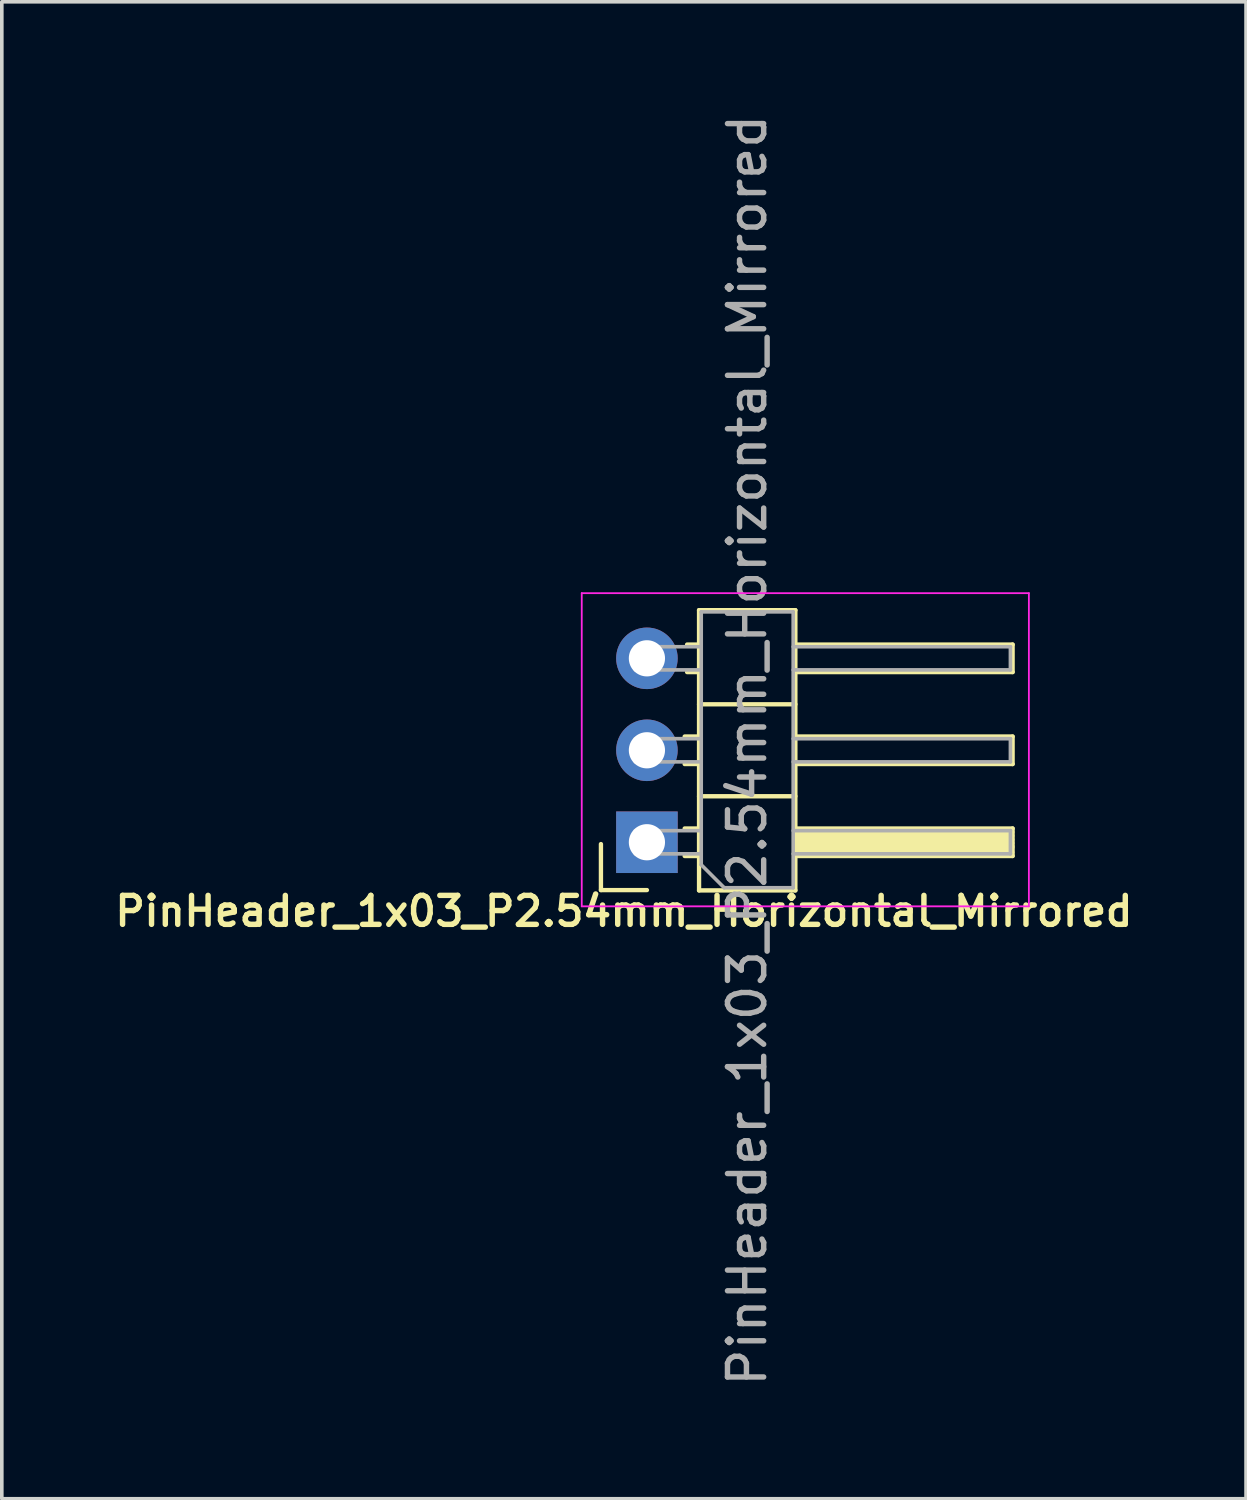
<source format=kicad_pcb>
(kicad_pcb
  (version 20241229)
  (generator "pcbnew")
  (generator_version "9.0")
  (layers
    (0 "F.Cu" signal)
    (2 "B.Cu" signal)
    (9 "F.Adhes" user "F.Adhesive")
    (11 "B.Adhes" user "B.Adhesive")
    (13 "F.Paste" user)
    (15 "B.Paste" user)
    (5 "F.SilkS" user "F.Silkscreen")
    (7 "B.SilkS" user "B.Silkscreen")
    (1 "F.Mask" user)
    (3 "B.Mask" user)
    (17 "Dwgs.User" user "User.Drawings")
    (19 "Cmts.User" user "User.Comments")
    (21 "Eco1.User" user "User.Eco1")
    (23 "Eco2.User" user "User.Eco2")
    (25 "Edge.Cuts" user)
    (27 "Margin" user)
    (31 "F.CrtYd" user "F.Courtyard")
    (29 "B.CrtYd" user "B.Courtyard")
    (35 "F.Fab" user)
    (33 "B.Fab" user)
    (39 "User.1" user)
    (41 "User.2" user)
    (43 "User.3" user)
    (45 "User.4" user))
  (footprint "PinHeader_1x03_P2.54mm_Horizontal_Mirrored"
    (layer "F.Cu")
    (at 14.818 15.133)
    (property "Reference" "PinHeader_1x03_P2.54mm_Horizontal_Mirrored" (at -0.635 6.985 0) (layer "F.SilkS") (effects (font (size 0.8 0.8) (thickness 0.15))))
    (attr through_hole)
    (fp_line (start -1.27 6.401) (end -1.27 5.131) (stroke (width 0.12) (type solid)) (layer "F.SilkS"))
    (fp_line (start -1.27 6.401) (end 0 6.401) (stroke (width 0.12) (type solid)) (layer "F.SilkS"))
    (fp_line (start 1.043 2.16) (end 1.44 2.16) (stroke (width 0.12) (type solid)) (layer "F.SilkS"))
    (fp_line (start 1.043 2.92) (end 1.44 2.92) (stroke (width 0.12) (type solid)) (layer "F.SilkS"))
    (fp_line (start 1.043 4.7) (end 1.44 4.7) (stroke (width 0.12) (type solid)) (layer "F.SilkS"))
    (fp_line (start 1.043 5.46) (end 1.44 5.46) (stroke (width 0.12) (type solid)) (layer "F.SilkS"))
    (fp_line (start 1.11 -0.38) (end 1.44 -0.38) (stroke (width 0.12) (type solid)) (layer "F.SilkS"))
    (fp_line (start 1.11 0.38) (end 1.44 0.38) (stroke (width 0.12) (type solid)) (layer "F.SilkS"))
    (fp_line (start 1.44 -1.33) (end 1.44 6.41) (stroke (width 0.12) (type solid)) (layer "F.SilkS"))
    (fp_line (start 1.44 1.27) (end 4.1 1.27) (stroke (width 0.12) (type solid)) (layer "F.SilkS"))
    (fp_line (start 1.44 3.81) (end 4.1 3.81) (stroke (width 0.12) (type solid)) (layer "F.SilkS"))
    (fp_line (start 1.44 6.41) (end 4.1 6.41) (stroke (width 0.12) (type solid)) (layer "F.SilkS"))
    (fp_line (start 4.1 -1.33) (end 1.44 -1.33) (stroke (width 0.12) (type solid)) (layer "F.SilkS"))
    (fp_line (start 4.1 -0.38) (end 10.1 -0.38) (stroke (width 0.12) (type solid)) (layer "F.SilkS"))
    (fp_line (start 4.1 2.16) (end 10.1 2.16) (stroke (width 0.12) (type solid)) (layer "F.SilkS"))
    (fp_line (start 4.1 4.7) (end 10.1 4.7) (stroke (width 0.12) (type solid)) (layer "F.SilkS"))
    (fp_line (start 4.1 6.41) (end 4.1 -1.33) (stroke (width 0.12) (type solid)) (layer "F.SilkS"))
    (fp_line (start 4.115 4.801) (end 10.089 4.801) (stroke (width 0.12) (type solid)) (layer "F.SilkS"))
    (fp_line (start 4.115 4.902) (end 10.089 4.902) (stroke (width 0.12) (type solid)) (layer "F.SilkS"))
    (fp_line (start 4.115 5.004) (end 10.089 5.004) (stroke (width 0.12) (type solid)) (layer "F.SilkS"))
    (fp_line (start 4.115 5.105) (end 10.089 5.105) (stroke (width 0.12) (type solid)) (layer "F.SilkS"))
    (fp_line (start 4.115 5.359) (end 10.089 5.359) (stroke (width 0.12) (type solid)) (layer "F.SilkS"))
    (fp_line (start 4.166 5.207) (end 10.033 5.207) (stroke (width 0.24) (type solid)) (layer "F.SilkS"))
    (fp_line (start 10.1 -0.38) (end 10.1 0.38) (stroke (width 0.12) (type solid)) (layer "F.SilkS"))
    (fp_line (start 10.1 0.38) (end 4.1 0.38) (stroke (width 0.12) (type solid)) (layer "F.SilkS"))
    (fp_line (start 10.1 2.16) (end 10.1 2.92) (stroke (width 0.12) (type solid)) (layer "F.SilkS"))
    (fp_line (start 10.1 2.92) (end 4.1 2.92) (stroke (width 0.12) (type solid)) (layer "F.SilkS"))
    (fp_line (start 10.1 4.7) (end 10.1 5.46) (stroke (width 0.12) (type solid)) (layer "F.SilkS"))
    (fp_line (start 10.1 5.46) (end 4.1 5.46) (stroke (width 0.12) (type solid)) (layer "F.SilkS"))
    (fp_line (start -1.8 -1.8) (end -1.8 6.85) (stroke (width 0.05) (type solid)) (layer "F.CrtYd"))
    (fp_line (start -1.8 6.85) (end 10.55 6.85) (stroke (width 0.05) (type solid)) (layer "F.CrtYd"))
    (fp_line (start 10.55 -1.8) (end -1.8 -1.8) (stroke (width 0.05) (type solid)) (layer "F.CrtYd"))
    (fp_line (start 10.55 6.85) (end 10.55 -1.8) (stroke (width 0.05) (type solid)) (layer "F.CrtYd"))
    (fp_line (start -0.32 -0.32) (end -0.32 0.32) (stroke (width 0.1) (type solid)) (layer "F.Fab"))
    (fp_line (start -0.32 -0.32) (end 1.5 -0.32) (stroke (width 0.1) (type solid)) (layer "F.Fab"))
    (fp_line (start -0.32 0.32) (end 1.5 0.32) (stroke (width 0.1) (type solid)) (layer "F.Fab"))
    (fp_line (start -0.32 2.22) (end -0.32 2.86) (stroke (width 0.1) (type solid)) (layer "F.Fab"))
    (fp_line (start -0.32 2.22) (end 1.5 2.22) (stroke (width 0.1) (type solid)) (layer "F.Fab"))
    (fp_line (start -0.32 2.86) (end 1.5 2.86) (stroke (width 0.1) (type solid)) (layer "F.Fab"))
    (fp_line (start -0.32 4.76) (end -0.32 5.4) (stroke (width 0.1) (type solid)) (layer "F.Fab"))
    (fp_line (start -0.32 4.76) (end 1.5 4.76) (stroke (width 0.1) (type solid)) (layer "F.Fab"))
    (fp_line (start -0.32 5.4) (end 1.5 5.4) (stroke (width 0.1) (type solid)) (layer "F.Fab"))
    (fp_line (start 1.5 -1.283) (end 1.5 5.702) (stroke (width 0.1) (type solid)) (layer "F.Fab"))
    (fp_line (start 1.5 5.702) (end 2.135 6.337) (stroke (width 0.1) (type solid)) (layer "F.Fab"))
    (fp_line (start 2.135 6.337) (end 4.04 6.337) (stroke (width 0.1) (type solid)) (layer "F.Fab"))
    (fp_line (start 4.04 -1.283) (end 1.5 -1.283) (stroke (width 0.1) (type solid)) (layer "F.Fab"))
    (fp_line (start 4.04 -0.32) (end 10.04 -0.32) (stroke (width 0.1) (type solid)) (layer "F.Fab"))
    (fp_line (start 4.04 0.32) (end 10.04 0.32) (stroke (width 0.1) (type solid)) (layer "F.Fab"))
    (fp_line (start 4.04 2.22) (end 10.04 2.22) (stroke (width 0.1) (type solid)) (layer "F.Fab"))
    (fp_line (start 4.04 2.86) (end 10.04 2.86) (stroke (width 0.1) (type solid)) (layer "F.Fab"))
    (fp_line (start 4.04 4.76) (end 10.04 4.76) (stroke (width 0.1) (type solid)) (layer "F.Fab"))
    (fp_line (start 4.04 5.4) (end 10.04 5.4) (stroke (width 0.1) (type solid)) (layer "F.Fab"))
    (fp_line (start 4.04 6.337) (end 4.04 -1.283) (stroke (width 0.1) (type solid)) (layer "F.Fab"))
    (fp_line (start 10.04 -0.32) (end 10.04 0.32) (stroke (width 0.1) (type solid)) (layer "F.Fab"))
    (fp_line (start 10.04 2.22) (end 10.04 2.86) (stroke (width 0.1) (type solid)) (layer "F.Fab"))
    (fp_line (start 10.04 4.76) (end 10.04 5.4) (stroke (width 0.1) (type solid)) (layer "F.Fab"))
    (fp_text user "${REFERENCE}" (at 2.77 2.54 90) (layer "F.Fab") (effects (font (size 1 1) (thickness 0.15))))
    (pad "1" thru_hole rect (at 0 5.08) (size 1.7 1.7) (drill 1) (layers "*.Cu" "*.Mask"))
    (pad "2" thru_hole oval (at 0 2.54) (size 1.7 1.7) (drill 1) (layers "*.Cu" "*.Mask"))
    (pad "3" thru_hole oval (at 0 0) (size 1.7 1.7) (drill 1) (layers "*.Cu" "*.Mask")))
  (gr_rect
    (start -3 -3)
    (end 31.366 38.345)
    (stroke (width 0.1) (type default))
    (fill no)
    (layer "Edge.Cuts")))
</source>
